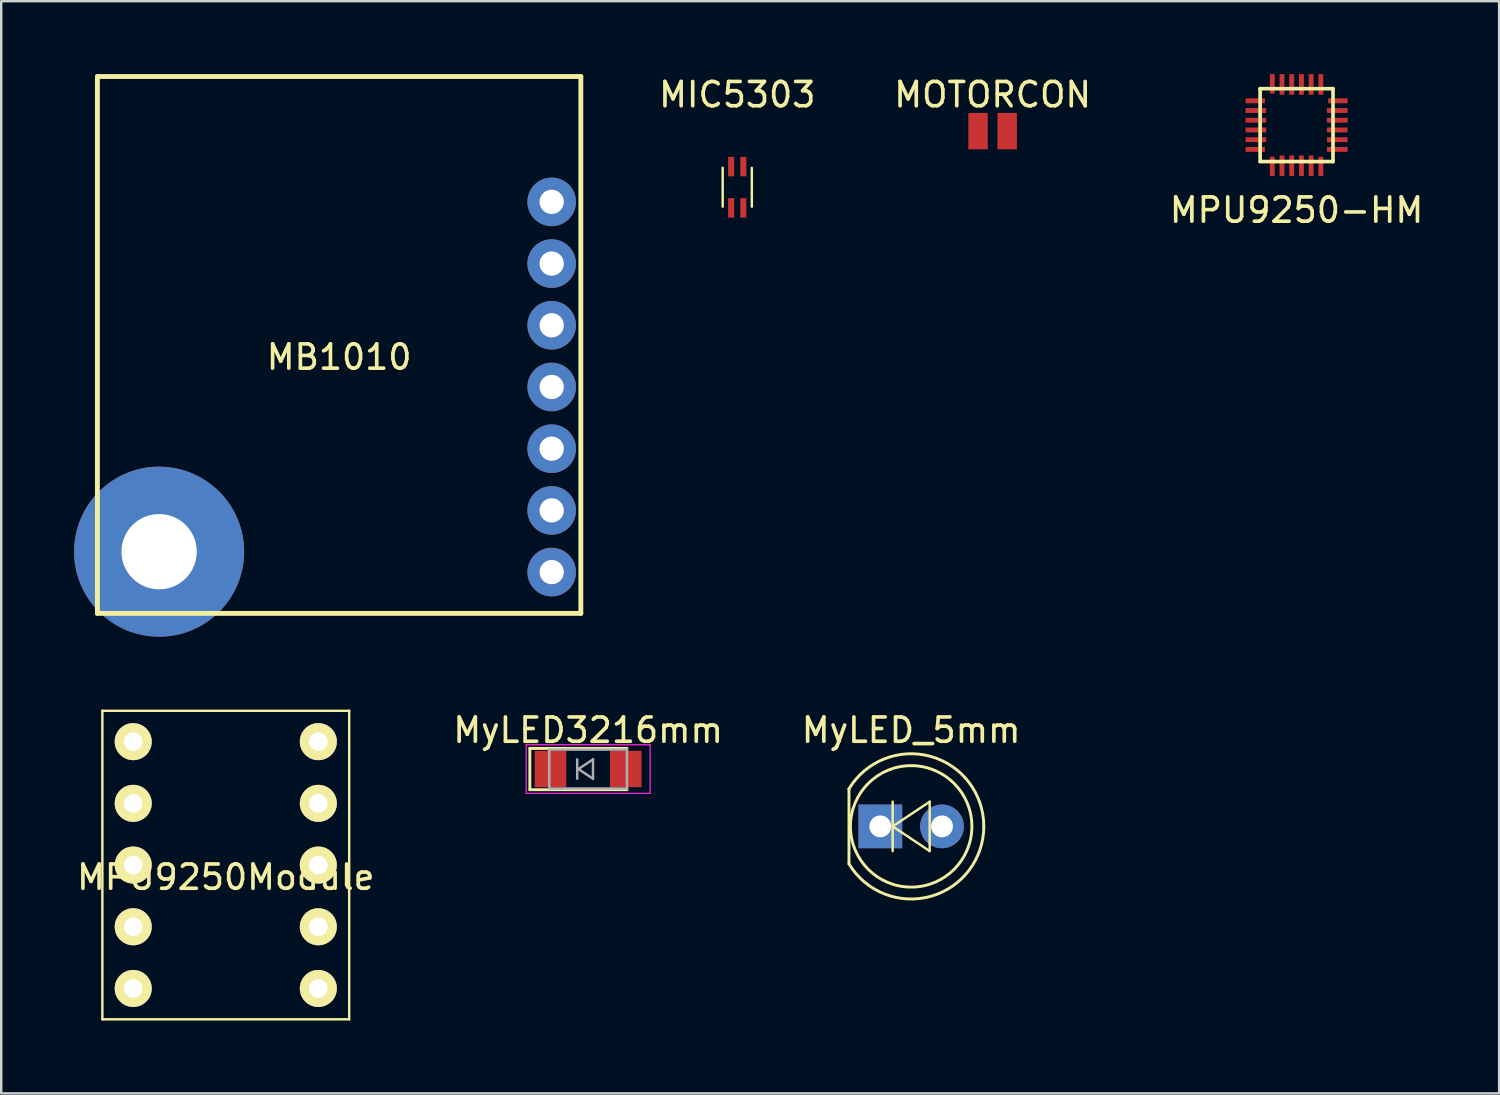
<source format=kicad_pcb>
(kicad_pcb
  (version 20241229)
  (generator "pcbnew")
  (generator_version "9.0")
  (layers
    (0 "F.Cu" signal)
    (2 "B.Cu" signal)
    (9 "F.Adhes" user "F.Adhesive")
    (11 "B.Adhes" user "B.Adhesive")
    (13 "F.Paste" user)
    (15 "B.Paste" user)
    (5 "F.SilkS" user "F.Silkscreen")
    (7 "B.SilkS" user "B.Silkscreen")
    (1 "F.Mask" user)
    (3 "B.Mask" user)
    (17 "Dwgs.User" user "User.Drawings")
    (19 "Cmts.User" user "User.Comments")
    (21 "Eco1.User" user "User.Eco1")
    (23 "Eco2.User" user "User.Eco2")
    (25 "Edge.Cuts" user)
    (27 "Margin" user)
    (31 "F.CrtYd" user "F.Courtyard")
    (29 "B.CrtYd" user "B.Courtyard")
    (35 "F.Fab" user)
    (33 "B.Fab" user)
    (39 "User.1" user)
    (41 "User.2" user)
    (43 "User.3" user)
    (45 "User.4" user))
  (footprint "MyLED_5mm"
    (layer "F.Cu")
    (at 33.188 30.968)
    (property "Reference" "MyLED_5mm" (at 1.27 -3.96 0) (layer "F.SilkS") (effects (font (size 1 1) (thickness 0.15))))
    (attr through_hole)
    (fp_line (start -1.29 -1.545) (end -1.29 1.545) (stroke (width 0.12) (type solid)) (layer "F.SilkS"))
    (fp_line (start 0.508 -1.016) (end 0.508 1.016) (stroke (width 0.1) (type solid)) (layer "F.SilkS"))
    (fp_line (start 0.508 0) (end 2.032 1.016) (stroke (width 0.1) (type solid)) (layer "F.SilkS"))
    (fp_line (start 2.032 -1.016) (end 0.508 0) (stroke (width 0.1) (type solid)) (layer "F.SilkS"))
    (fp_line (start 2.032 1.016) (end 2.032 -1.016) (stroke (width 0.1) (type solid)) (layer "F.SilkS"))
    (fp_arc (start -1.29 -1.54483) (mid 2.072002 -2.880433) (end 4.26 0.000462) (stroke (width 0.12) (type solid)) (layer "F.SilkS"))
    (fp_arc (start 4.26 -0.000462) (mid 2.072002 2.880433) (end -1.29 1.54483) (stroke (width 0.12) (type solid)) (layer "F.SilkS"))
    (fp_circle (center 1.27 0) (end 3.77 0) (stroke (width 0.12) (type solid)) (fill no) (layer "F.SilkS"))
    (pad "1" thru_hole rect (at 0 0) (size 1.8 1.8) (drill 0.9) (layers "*.Cu" "*.Mask"))
    (pad "2" thru_hole circle (at 2.54 0) (size 1.8 1.8) (drill 0.9) (layers "*.Cu" "*.Mask")))
  (footprint "MPU9250-HM"
    (layer "F.Cu")
    (at 50.323 2.1)
    (property "Reference" "MPU9250-HM" (at 0 3.5 0) (layer "F.SilkS") (effects (font (size 1 1) (thickness 0.15))))
    (attr through_hole)
    (fp_line (start -1.5 -1.5) (end 1.5 -1.5) (stroke (width 0.15) (type solid)) (layer "F.SilkS"))
    (fp_line (start -1.5 1.5) (end -1.5 -1.5) (stroke (width 0.15) (type solid)) (layer "F.SilkS"))
    (fp_line (start 1.5 -1.5) (end 1.5 1.5) (stroke (width 0.15) (type solid)) (layer "F.SilkS"))
    (fp_line (start 1.5 1.5) (end -1.5 1.5) (stroke (width 0.15) (type solid)) (layer "F.SilkS"))
    (pad "1" smd rect (at -1.7 -1) (size 0.8 0.2) (layers "F.Cu" "F.Mask" "F.Paste"))
    (pad "2" smd rect (at -1.675 -0.6) (size 0.85 0.2) (layers "F.Cu" "F.Mask" "F.Paste"))
    (pad "3" smd rect (at -1.675 -0.2) (size 0.85 0.2) (layers "F.Cu" "F.Mask" "F.Paste"))
    (pad "4" smd rect (at -1.675 0.2) (size 0.85 0.2) (layers "F.Cu" "F.Mask" "F.Paste"))
    (pad "5" smd rect (at -1.675 0.6) (size 0.85 0.2) (layers "F.Cu" "F.Mask" "F.Paste"))
    (pad "6" smd rect (at -1.7 1) (size 0.8 0.2) (layers "F.Cu" "F.Mask" "F.Paste"))
    (pad "7" smd rect (at -1 1.7) (size 0.2 0.8) (layers "F.Cu" "F.Mask" "F.Paste"))
    (pad "8" smd rect (at -0.6 1.675) (size 0.2 0.85) (layers "F.Cu" "F.Mask" "F.Paste"))
    (pad "9" smd rect (at -0.2 1.675) (size 0.2 0.85) (layers "F.Cu" "F.Mask" "F.Paste"))
    (pad "10" smd rect (at 0.2 1.675) (size 0.2 0.85) (layers "F.Cu" "F.Mask" "F.Paste"))
    (pad "11" smd rect (at 0.6 1.675) (size 0.2 0.85) (layers "F.Cu" "F.Mask" "F.Paste"))
    (pad "12" smd rect (at 1 1.7) (size 0.2 0.8) (layers "F.Cu" "F.Mask" "F.Paste"))
    (pad "13" smd rect (at 1.675 1) (size 0.85 0.2) (layers "F.Cu" "F.Mask" "F.Paste"))
    (pad "14" smd rect (at 1.675 0.6) (size 0.85 0.2) (layers "F.Cu" "F.Mask" "F.Paste"))
    (pad "15" smd rect (at 1.675 0.2) (size 0.85 0.2) (layers "F.Cu" "F.Mask" "F.Paste"))
    (pad "16" smd rect (at 1.675 -0.2) (size 0.85 0.2) (layers "F.Cu" "F.Mask" "F.Paste"))
    (pad "17" smd rect (at 1.675 -0.6) (size 0.85 0.2) (layers "F.Cu" "F.Mask" "F.Paste"))
    (pad "18" smd rect (at 1.7 -1) (size 0.8 0.2) (layers "F.Cu" "F.Mask" "F.Paste"))
    (pad "19" smd rect (at 1 -1.675) (size 0.2 0.85) (layers "F.Cu" "F.Mask" "F.Paste"))
    (pad "20" smd rect (at 0.6 -1.675) (size 0.2 0.85) (layers "F.Cu" "F.Mask" "F.Paste"))
    (pad "21" smd rect (at 0.2 -1.675) (size 0.2 0.85) (layers "F.Cu" "F.Mask" "F.Paste"))
    (pad "22" smd rect (at -0.2 -1.675) (size 0.2 0.85) (layers "F.Cu" "F.Mask" "F.Paste"))
    (pad "23" smd rect (at -0.6 -1.675) (size 0.2 0.85) (layers "F.Cu" "F.Mask" "F.Paste"))
    (pad "24" smd rect (at -1 -1.7) (size 0.2 0.8) (layers "F.Cu" "F.Mask" "F.Paste")))
  (footprint "MB1010"
    (layer "F.Cu")
    (at 10.91 11.15)
    (property "Reference" "MB1010" (at 0 0.5 0) (layer "F.SilkS") (effects (font (size 1 1) (thickness 0.15))))
    (attr through_hole)
    (fp_line (start -9.95 -11.05) (end 9.95 -11.05) (stroke (width 0.2) (type solid)) (layer "F.SilkS"))
    (fp_line (start -9.95 11.05) (end -9.95 -11.05) (stroke (width 0.2) (type solid)) (layer "F.SilkS"))
    (fp_line (start 9.95 -11.05) (end 9.95 11.05) (stroke (width 0.2) (type solid)) (layer "F.SilkS"))
    (fp_line (start 9.95 11.05) (end -9.95 11.05) (stroke (width 0.2) (type solid)) (layer "F.SilkS"))
    (pad "1" thru_hole circle (at 8.75 -5.89) (size 2 2) (drill 1) (layers "*.Cu" "*.Mask"))
    (pad "2" thru_hole circle (at 8.75 -3.35) (size 2 2) (drill 1) (layers "*.Cu" "*.Mask"))
    (pad "3" thru_hole circle (at 8.75 -0.81) (size 2 2) (drill 1) (layers "*.Cu" "*.Mask"))
    (pad "4" thru_hole circle (at 8.75 1.73) (size 2 2) (drill 1) (layers "*.Cu" "*.Mask"))
    (pad "5" thru_hole circle (at 8.75 4.27) (size 2 2) (drill 1) (layers "*.Cu" "*.Mask"))
    (pad "6" thru_hole circle (at 8.75 6.81) (size 2 2) (drill 1) (layers "*.Cu" "*.Mask"))
    (pad "7" thru_hole circle (at 8.75 9.35) (size 2 2) (drill 1) (layers "*.Cu" "*.Mask"))
    (pad "~" thru_hole circle (at -7.41 8.51) (size 7 7) (drill 3.1) (layers "*.Cu" "*.Mask")))
  (footprint "MOTORCON"
    (layer "F.Cu")
    (at 37.811 2.348)
    (property "Reference" "MOTORCON" (at 0 -1.5 0) (layer "F.SilkS") (effects (font (size 1 1) (thickness 0.15))))
    (attr through_hole)
    (pad "1" smd rect (at -0.6 0) (size 0.8 1.5) (layers "F.Cu" "F.Mask" "F.Paste"))
    (pad "2" smd rect (at 0.6 0) (size 0.8 1.5) (layers "F.Cu" "F.Mask" "F.Paste")))
  (footprint "MIC5303"
    (layer "F.Cu")
    (at 27.299 4.658)
    (property "Reference" "MIC5303" (at 0 -3.81 0) (layer "F.SilkS") (effects (font (size 1 1) (thickness 0.15))))
    (attr through_hole)
    (fp_line (start -0.6 -0.8) (end -0.6 0.8) (stroke (width 0.1) (type solid)) (layer "F.SilkS"))
    (fp_line (start 0.6 -0.8) (end 0.6 0.8) (stroke (width 0.1) (type solid)) (layer "F.SilkS"))
    (pad "1" smd rect (at -0.25 0.85) (size 0.25 0.8) (layers "F.Cu" "F.Mask" "F.Paste"))
    (pad "2" smd rect (at 0.25 0.85) (size 0.25 0.8) (layers "F.Cu" "F.Mask" "F.Paste"))
    (pad "3" smd rect (at 0.25 -0.85) (size 0.25 0.8) (layers "F.Cu" "F.Mask" "F.Paste"))
    (pad "4" smd rect (at -0.25 -0.85) (size 0.25 0.8) (layers "F.Cu" "F.Mask" "F.Paste")))
  (footprint "MyLED3216mm"
    (layer "F.Cu")
    (at 21.161 28.608)
    (property "Reference" "MyLED3216mm" (at 0 -1.6 0) (layer "F.SilkS") (effects (font (size 1 1) (thickness 0.15))))
    (attr smd)
    (fp_line (start -2.4 -0.85) (end -2.4 0.85) (stroke (width 0.12) (type solid)) (layer "F.SilkS"))
    (fp_line (start -2.4 -0.85) (end 1.6 -0.85) (stroke (width 0.12) (type solid)) (layer "F.SilkS"))
    (fp_line (start -2.4 0.85) (end 1.6 0.85) (stroke (width 0.12) (type solid)) (layer "F.SilkS"))
    (fp_line (start -2.55 -1) (end 2.55 -1) (stroke (width 0.05) (type solid)) (layer "F.CrtYd"))
    (fp_line (start -2.55 1) (end -2.55 -1) (stroke (width 0.05) (type solid)) (layer "F.CrtYd"))
    (fp_line (start 2.55 -1) (end 2.55 1) (stroke (width 0.05) (type solid)) (layer "F.CrtYd"))
    (fp_line (start 2.55 1) (end -2.55 1) (stroke (width 0.05) (type solid)) (layer "F.CrtYd"))
    (fp_line (start -1.6 -0.8) (end 1.6 -0.8) (stroke (width 0.1) (type solid)) (layer "F.Fab"))
    (fp_line (start -1.6 0.8) (end -1.6 -0.8) (stroke (width 0.1) (type solid)) (layer "F.Fab"))
    (fp_line (start -0.45 -0.4) (end -0.45 0.4) (stroke (width 0.1) (type solid)) (layer "F.Fab"))
    (fp_line (start -0.4 0) (end 0.2 -0.4) (stroke (width 0.1) (type solid)) (layer "F.Fab"))
    (fp_line (start 0.2 -0.4) (end 0.2 0.4) (stroke (width 0.1) (type solid)) (layer "F.Fab"))
    (fp_line (start 0.2 0.4) (end -0.4 0) (stroke (width 0.1) (type solid)) (layer "F.Fab"))
    (fp_line (start 1.6 -0.8) (end 1.6 0.8) (stroke (width 0.1) (type solid)) (layer "F.Fab"))
    (fp_line (start 1.6 0.8) (end -1.6 0.8) (stroke (width 0.1) (type solid)) (layer "F.Fab"))
    (pad "1" smd rect (at -1.55 0 180) (size 1.3 1.5) (layers "F.Cu" "F.Mask" "F.Paste"))
    (pad "2" smd rect (at 1.55 0 180) (size 1.3 1.5) (layers "F.Cu" "F.Mask" "F.Paste")))
  (footprint "MPU9250Module"
    (layer "F.Cu")
    (at 6.244 32.56)
    (property "Reference" "MPU9250Module" (at 0 0.5 0) (layer "F.SilkS") (effects (font (size 1 1) (thickness 0.15))))
    (attr through_hole)
    (fp_line (start -5.08 -6.35) (end 5.08 -6.35) (stroke (width 0.1) (type solid)) (layer "F.SilkS"))
    (fp_line (start -5.08 6.35) (end -5.08 -6.35) (stroke (width 0.1) (type solid)) (layer "F.SilkS"))
    (fp_line (start 5.08 -6.35) (end 5.08 6.35) (stroke (width 0.1) (type solid)) (layer "F.SilkS"))
    (fp_line (start 5.08 6.35) (end -5.08 6.35) (stroke (width 0.1) (type solid)) (layer "F.SilkS"))
    (pad "1" thru_hole circle (at -3.81 -5.08) (size 1.524 1.524) (drill 0.762) (layers "*.Cu" "*.Mask" "F.SilkS"))
    (pad "2" thru_hole circle (at -3.81 -2.54) (size 1.524 1.524) (drill 0.762) (layers "*.Cu" "*.Mask" "F.SilkS"))
    (pad "3" thru_hole circle (at -3.81 0) (size 1.524 1.524) (drill 0.762) (layers "*.Cu" "*.Mask" "F.SilkS"))
    (pad "4" thru_hole circle (at -3.81 2.54) (size 1.524 1.524) (drill 0.762) (layers "*.Cu" "*.Mask" "F.SilkS"))
    (pad "5" thru_hole circle (at -3.81 5.08) (size 1.524 1.524) (drill 0.762) (layers "*.Cu" "*.Mask" "F.SilkS"))
    (pad "6" thru_hole circle (at 3.81 5.08) (size 1.524 1.524) (drill 0.762) (layers "*.Cu" "*.Mask" "F.SilkS"))
    (pad "7" thru_hole circle (at 3.81 2.54) (size 1.524 1.524) (drill 0.762) (layers "*.Cu" "*.Mask" "F.SilkS"))
    (pad "8" thru_hole circle (at 3.81 0) (size 1.524 1.524) (drill 0.762) (layers "*.Cu" "*.Mask" "F.SilkS"))
    (pad "9" thru_hole circle (at 3.81 -2.54) (size 1.524 1.524) (drill 0.762) (layers "*.Cu" "*.Mask" "F.SilkS"))
    (pad "10" thru_hole circle (at 3.81 -5.08) (size 1.524 1.524) (drill 0.762) (layers "*.Cu" "*.Mask" "F.SilkS")))
  (gr_rect
    (start -3 -3)
    (end 58.662 41.96)
    (stroke (width 0.1) (type default))
    (fill no)
    (layer "Edge.Cuts")))
</source>
